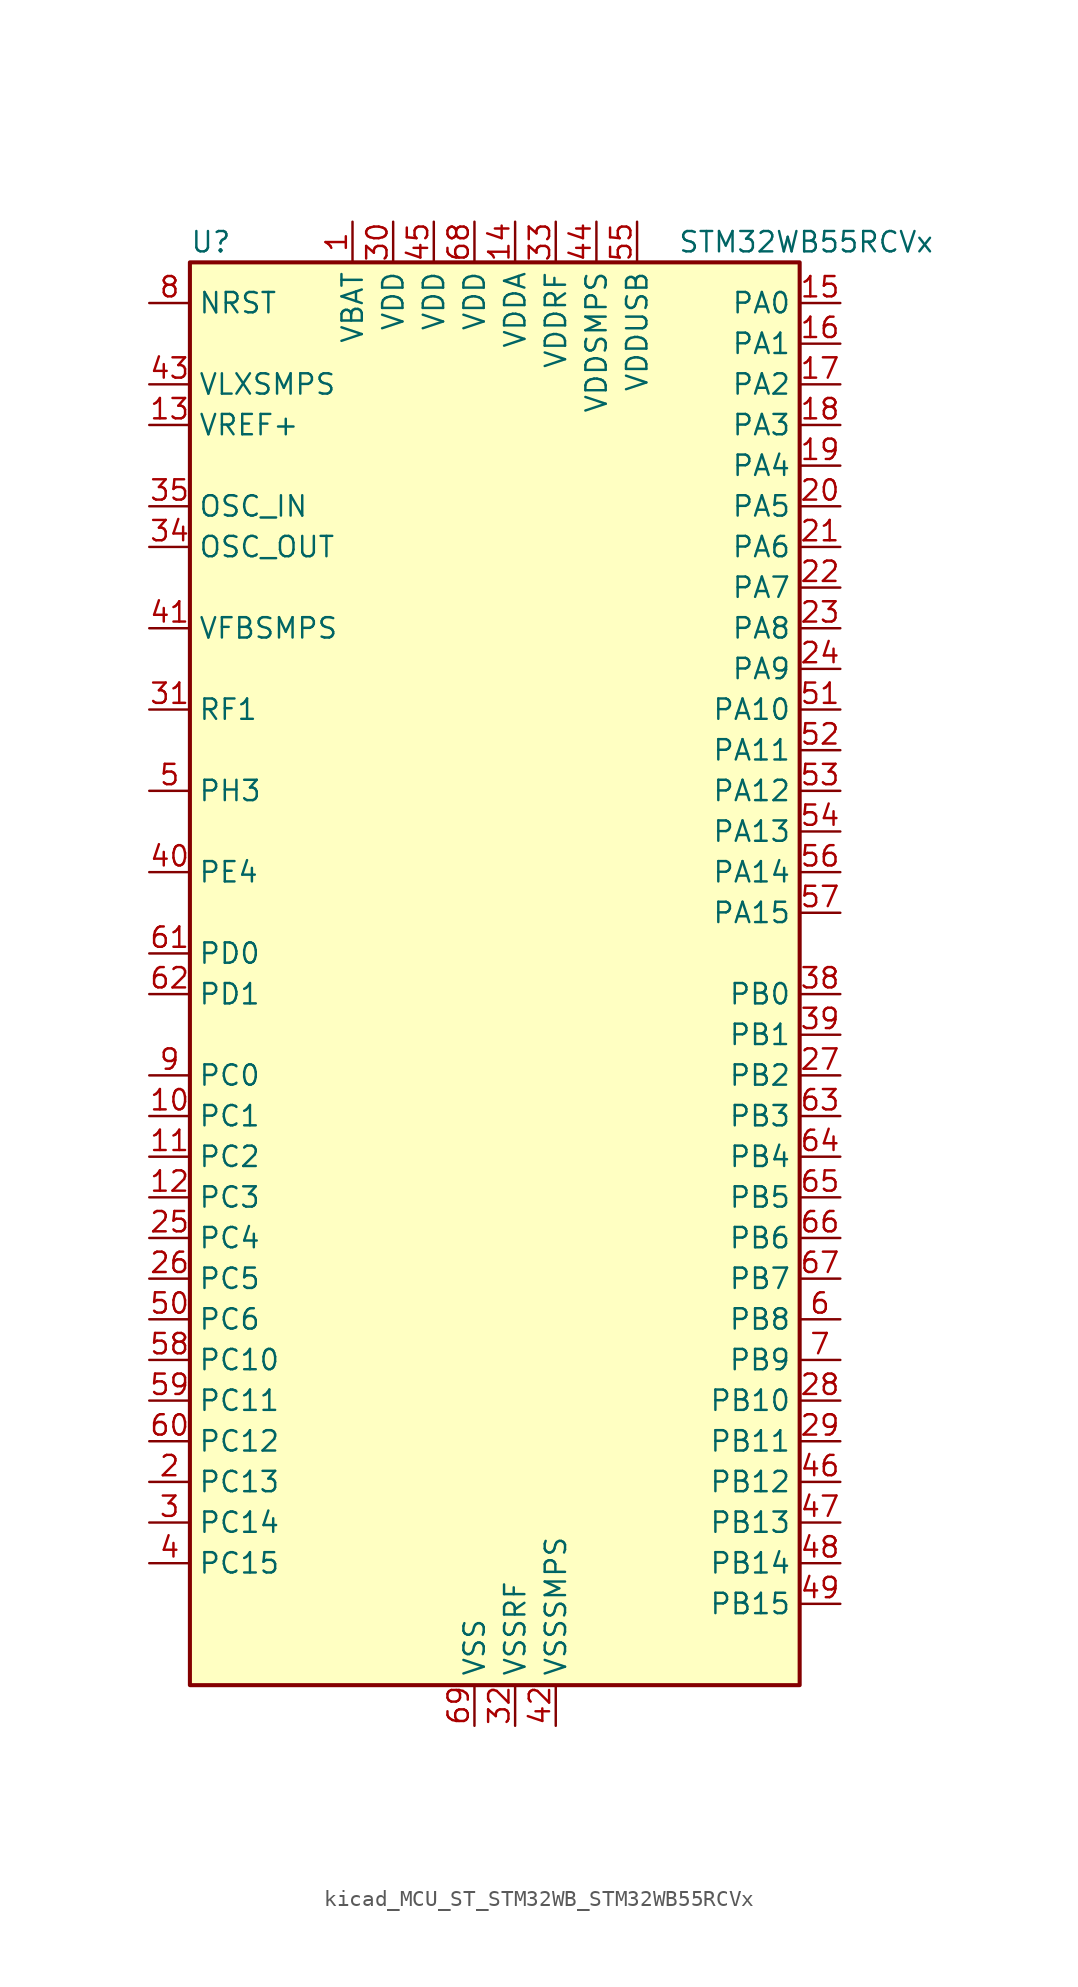
<source format=kicad_sym>
(kicad_symbol_lib
  (version 20220914)
  (generator kicad_symbol_editor)
  (symbol "kicad_MCU_ST_STM32WB_STM32WB55RCVx"
    (property "Reference" "U"
      (at -17.78 46.99 0)
      (effects (font (size 1.27 1.27)) (justify left)))
    (property "Value" "STM32WB55RCVx"
      (at 12.7 46.99 0)
      (effects (font (size 1.27 1.27)) (justify left)))
    (property "ki_locked" ""
      (at 0 0 0)
      (effects (font (size 1.27 1.27))))
    (symbol "kicad_MCU_ST_STM32WB_STM32WB55RCVx_0_1"
      (rectangle (start -17.78 -43.18) (end 20.32 45.72) (stroke (width 0.254) (type default)) (fill (type background))))
    (symbol "kicad_MCU_ST_STM32WB_STM32WB55RCVx_1_1"
      (pin power_in line (at -7.62 48.26 270) (length 2.54) (name "VBAT" (effects (font (size 1.27 1.27)))) (number "1" (effects (font (size 1.27 1.27)))))
      (pin bidirectional line (at -20.32 -7.62 0) (length 2.54) (name "PC1" (effects (font (size 1.27 1.27)))) (number "10" (effects (font (size 1.27 1.27)))) (alternate "ADC1_IN2" bidirectional line) (alternate "I2C3_SDA" bidirectional line) (alternate "LCD_SEG19" bidirectional line) (alternate "LPTIM1_OUT" bidirectional line) (alternate "LPUART1_TX" bidirectional line) (alternate "SPI2_MOSI" bidirectional line))
      (pin bidirectional line (at -20.32 -10.16 0) (length 2.54) (name "PC2" (effects (font (size 1.27 1.27)))) (number "11" (effects (font (size 1.27 1.27)))) (alternate "ADC1_IN3" bidirectional line) (alternate "LCD_SEG20" bidirectional line) (alternate "LPTIM1_IN2" bidirectional line) (alternate "SPI2_MISO" bidirectional line))
      (pin bidirectional line (at -20.32 -12.7 0) (length 2.54) (name "PC3" (effects (font (size 1.27 1.27)))) (number "12" (effects (font (size 1.27 1.27)))) (alternate "ADC1_IN4" bidirectional line) (alternate "LCD_VLCD" bidirectional line) (alternate "LPTIM1_ETR" bidirectional line) (alternate "LPTIM2_ETR" bidirectional line) (alternate "SAI1_D1" bidirectional line) (alternate "SAI1_SD_A" bidirectional line) (alternate "SPI2_MOSI" bidirectional line))
      (pin input line (at -20.32 35.56 0) (length 2.54) (name "VREF+" (effects (font (size 1.27 1.27)))) (number "13" (effects (font (size 1.27 1.27)))) (alternate "VREFBUF_OUT" bidirectional line))
      (pin power_in line (at 2.54 48.26 270) (length 2.54) (name "VDDA" (effects (font (size 1.27 1.27)))) (number "14" (effects (font (size 1.27 1.27)))))
      (pin bidirectional line (at 22.86 43.18 180) (length 2.54) (name "PA0" (effects (font (size 1.27 1.27)))) (number "15" (effects (font (size 1.27 1.27)))) (alternate "ADC1_IN5" bidirectional line) (alternate "COMP1_INM" bidirectional line) (alternate "COMP1_OUT" bidirectional line) (alternate "RTC_TAMP2" bidirectional line) (alternate "SAI1_EXTCLK" bidirectional line) (alternate "SYS_WKUP1" bidirectional line) (alternate "TIM2_CH1" bidirectional line) (alternate "TIM2_ETR" bidirectional line))
      (pin bidirectional line (at 22.86 40.64 180) (length 2.54) (name "PA1" (effects (font (size 1.27 1.27)))) (number "16" (effects (font (size 1.27 1.27)))) (alternate "ADC1_IN6" bidirectional line) (alternate "COMP1_INP" bidirectional line) (alternate "I2C1_SMBA" bidirectional line) (alternate "LCD_SEG0" bidirectional line) (alternate "SPI1_SCK" bidirectional line) (alternate "TIM2_CH2" bidirectional line))
      (pin bidirectional line (at 22.86 38.1 180) (length 2.54) (name "PA2" (effects (font (size 1.27 1.27)))) (number "17" (effects (font (size 1.27 1.27)))) (alternate "ADC1_IN7" bidirectional line) (alternate "COMP2_INM" bidirectional line) (alternate "COMP2_OUT" bidirectional line) (alternate "LCD_SEG1" bidirectional line) (alternate "LPUART1_TX" bidirectional line) (alternate "QUADSPI_BK1_NCS" bidirectional line) (alternate "RCC_LSCO" bidirectional line) (alternate "SYS_WKUP4" bidirectional line) (alternate "TIM2_CH3" bidirectional line))
      (pin bidirectional line (at 22.86 35.56 180) (length 2.54) (name "PA3" (effects (font (size 1.27 1.27)))) (number "18" (effects (font (size 1.27 1.27)))) (alternate "ADC1_IN8" bidirectional line) (alternate "COMP2_INP" bidirectional line) (alternate "LCD_SEG2" bidirectional line) (alternate "LPUART1_RX" bidirectional line) (alternate "QUADSPI_CLK" bidirectional line) (alternate "SAI1_CK1" bidirectional line) (alternate "SAI1_MCLK_A" bidirectional line) (alternate "TIM2_CH4" bidirectional line))
      (pin bidirectional line (at 22.86 33.02 180) (length 2.54) (name "PA4" (effects (font (size 1.27 1.27)))) (number "19" (effects (font (size 1.27 1.27)))) (alternate "ADC1_IN9" bidirectional line) (alternate "COMP1_INM" bidirectional line) (alternate "COMP2_INM" bidirectional line) (alternate "LCD_SEG5" bidirectional line) (alternate "LPTIM2_OUT" bidirectional line) (alternate "SAI1_FS_B" bidirectional line) (alternate "SPI1_NSS" bidirectional line))
      (pin bidirectional line (at -20.32 -30.48 0) (length 2.54) (name "PC13" (effects (font (size 1.27 1.27)))) (number "2" (effects (font (size 1.27 1.27)))) (alternate "RTC_OUT1" bidirectional line) (alternate "RTC_TAMP1" bidirectional line) (alternate "RTC_TS" bidirectional line) (alternate "SYS_WKUP2" bidirectional line))
      (pin bidirectional line (at 22.86 30.48 180) (length 2.54) (name "PA5" (effects (font (size 1.27 1.27)))) (number "20" (effects (font (size 1.27 1.27)))) (alternate "ADC1_IN10" bidirectional line) (alternate "COMP1_INM" bidirectional line) (alternate "COMP2_INM" bidirectional line) (alternate "LPTIM2_ETR" bidirectional line) (alternate "SAI1_SD_B" bidirectional line) (alternate "SPI1_SCK" bidirectional line) (alternate "TIM2_CH1" bidirectional line) (alternate "TIM2_ETR" bidirectional line))
      (pin bidirectional line (at 22.86 27.94 180) (length 2.54) (name "PA6" (effects (font (size 1.27 1.27)))) (number "21" (effects (font (size 1.27 1.27)))) (alternate "ADC1_IN11" bidirectional line) (alternate "LCD_SEG3" bidirectional line) (alternate "LPUART1_CTS" bidirectional line) (alternate "QUADSPI_BK1_IO3" bidirectional line) (alternate "SPI1_MISO" bidirectional line) (alternate "TIM16_CH1" bidirectional line) (alternate "TIM1_BKIN" bidirectional line))
      (pin bidirectional line (at 22.86 25.4 180) (length 2.54) (name "PA7" (effects (font (size 1.27 1.27)))) (number "22" (effects (font (size 1.27 1.27)))) (alternate "ADC1_IN12" bidirectional line) (alternate "COMP2_OUT" bidirectional line) (alternate "I2C3_SCL" bidirectional line) (alternate "LCD_SEG4" bidirectional line) (alternate "QUADSPI_BK1_IO2" bidirectional line) (alternate "SPI1_MOSI" bidirectional line) (alternate "TIM17_CH1" bidirectional line) (alternate "TIM1_CH1N" bidirectional line))
      (pin bidirectional line (at 22.86 22.86 180) (length 2.54) (name "PA8" (effects (font (size 1.27 1.27)))) (number "23" (effects (font (size 1.27 1.27)))) (alternate "ADC1_IN15" bidirectional line) (alternate "LCD_COM0" bidirectional line) (alternate "LPTIM2_OUT" bidirectional line) (alternate "RCC_MCO" bidirectional line) (alternate "SAI1_CK2" bidirectional line) (alternate "SAI1_SCK_A" bidirectional line) (alternate "TIM1_CH1" bidirectional line) (alternate "USART1_CK" bidirectional line))
      (pin bidirectional line (at 22.86 20.32 180) (length 2.54) (name "PA9" (effects (font (size 1.27 1.27)))) (number "24" (effects (font (size 1.27 1.27)))) (alternate "ADC1_IN16" bidirectional line) (alternate "COMP1_INM" bidirectional line) (alternate "I2C1_SCL" bidirectional line) (alternate "LCD_COM1" bidirectional line) (alternate "SAI1_D2" bidirectional line) (alternate "SAI1_FS_A" bidirectional line) (alternate "SPI2_SCK" bidirectional line) (alternate "TIM1_CH2" bidirectional line) (alternate "USART1_TX" bidirectional line))
      (pin bidirectional line (at -20.32 -15.24 0) (length 2.54) (name "PC4" (effects (font (size 1.27 1.27)))) (number "25" (effects (font (size 1.27 1.27)))) (alternate "ADC1_IN13" bidirectional line) (alternate "COMP1_INM" bidirectional line) (alternate "LCD_SEG22" bidirectional line))
      (pin bidirectional line (at -20.32 -17.78 0) (length 2.54) (name "PC5" (effects (font (size 1.27 1.27)))) (number "26" (effects (font (size 1.27 1.27)))) (alternate "ADC1_IN14" bidirectional line) (alternate "COMP1_INP" bidirectional line) (alternate "LCD_SEG23" bidirectional line) (alternate "SAI1_D3" bidirectional line) (alternate "SYS_WKUP5" bidirectional line))
      (pin bidirectional line (at 22.86 -5.08 180) (length 2.54) (name "PB2" (effects (font (size 1.27 1.27)))) (number "27" (effects (font (size 1.27 1.27)))) (alternate "COMP1_INP" bidirectional line) (alternate "I2C3_SMBA" bidirectional line) (alternate "LCD_VLCD" bidirectional line) (alternate "LPTIM1_OUT" bidirectional line) (alternate "RTC_OUT2" bidirectional line) (alternate "SAI1_EXTCLK" bidirectional line) (alternate "SPI1_NSS" bidirectional line))
      (pin bidirectional line (at 22.86 -25.4 180) (length 2.54) (name "PB10" (effects (font (size 1.27 1.27)))) (number "28" (effects (font (size 1.27 1.27)))) (alternate "COMP1_OUT" bidirectional line) (alternate "I2C3_SCL" bidirectional line) (alternate "LCD_SEG10" bidirectional line) (alternate "LPUART1_RX" bidirectional line) (alternate "QUADSPI_CLK" bidirectional line) (alternate "SAI1_SCK_A" bidirectional line) (alternate "SPI2_SCK" bidirectional line) (alternate "TIM2_CH3" bidirectional line) (alternate "TSC_SYNC" bidirectional line))
      (pin bidirectional line (at 22.86 -27.94 180) (length 2.54) (name "PB11" (effects (font (size 1.27 1.27)))) (number "29" (effects (font (size 1.27 1.27)))) (alternate "ADC1_EXTI11" bidirectional line) (alternate "COMP2_OUT" bidirectional line) (alternate "I2C3_SDA" bidirectional line) (alternate "LCD_SEG11" bidirectional line) (alternate "LPUART1_TX" bidirectional line) (alternate "QUADSPI_BK1_NCS" bidirectional line) (alternate "TIM2_CH4" bidirectional line))
      (pin bidirectional line (at -20.32 -33.02 0) (length 2.54) (name "PC14" (effects (font (size 1.27 1.27)))) (number "3" (effects (font (size 1.27 1.27)))) (alternate "RCC_OSC32_IN" bidirectional line))
      (pin power_in line (at -5.08 48.26 270) (length 2.54) (name "VDD" (effects (font (size 1.27 1.27)))) (number "30" (effects (font (size 1.27 1.27)))))
      (pin bidirectional line (at -20.32 17.78 0) (length 2.54) (name "RF1" (effects (font (size 1.27 1.27)))) (number "31" (effects (font (size 1.27 1.27)))) (alternate "RF_RF1" bidirectional line))
      (pin power_in line (at 2.54 -45.72 90) (length 2.54) (name "VSSRF" (effects (font (size 1.27 1.27)))) (number "32" (effects (font (size 1.27 1.27)))))
      (pin power_in line (at 5.08 48.26 270) (length 2.54) (name "VDDRF" (effects (font (size 1.27 1.27)))) (number "33" (effects (font (size 1.27 1.27)))))
      (pin input line (at -20.32 27.94 0) (length 2.54) (name "OSC_OUT" (effects (font (size 1.27 1.27)))) (number "34" (effects (font (size 1.27 1.27)))) (alternate "RCC_OSC_OUT" bidirectional line))
      (pin input line (at -20.32 30.48 0) (length 2.54) (name "OSC_IN" (effects (font (size 1.27 1.27)))) (number "35" (effects (font (size 1.27 1.27)))) (alternate "RCC_OSC_IN" bidirectional line))
      (pin no_connect line (at -17.78 -43.18 0) (length 2.54) hide (name "AT0" (effects (font (size 1.27 1.27)))) (number "36" (effects (font (size 1.27 1.27)))))
      (pin no_connect line (at -17.78 -40.64 0) (length 2.54) hide (name "AT1" (effects (font (size 1.27 1.27)))) (number "37" (effects (font (size 1.27 1.27)))))
      (pin bidirectional line (at 22.86 0 180) (length 2.54) (name "PB0" (effects (font (size 1.27 1.27)))) (number "38" (effects (font (size 1.27 1.27)))) (alternate "COMP1_OUT" bidirectional line) (alternate "RF_TX_MOD_EXT_PA" bidirectional line))
      (pin bidirectional line (at 22.86 -2.54 180) (length 2.54) (name "PB1" (effects (font (size 1.27 1.27)))) (number "39" (effects (font (size 1.27 1.27)))) (alternate "LPTIM2_IN1" bidirectional line) (alternate "LPUART1_DE" bidirectional line) (alternate "LPUART1_RTS" bidirectional line))
      (pin bidirectional line (at -20.32 -35.56 0) (length 2.54) (name "PC15" (effects (font (size 1.27 1.27)))) (number "4" (effects (font (size 1.27 1.27)))) (alternate "ADC1_EXTI15" bidirectional line) (alternate "RCC_OSC32_OUT" bidirectional line))
      (pin bidirectional line (at -20.32 7.62 0) (length 2.54) (name "PE4" (effects (font (size 1.27 1.27)))) (number "40" (effects (font (size 1.27 1.27)))))
      (pin input line (at -20.32 22.86 0) (length 2.54) (name "VFBSMPS" (effects (font (size 1.27 1.27)))) (number "41" (effects (font (size 1.27 1.27)))))
      (pin power_in line (at 5.08 -45.72 90) (length 2.54) (name "VSSSMPS" (effects (font (size 1.27 1.27)))) (number "42" (effects (font (size 1.27 1.27)))))
      (pin power_in line (at -20.32 38.1 0) (length 2.54) (name "VLXSMPS" (effects (font (size 1.27 1.27)))) (number "43" (effects (font (size 1.27 1.27)))))
      (pin power_in line (at 7.62 48.26 270) (length 2.54) (name "VDDSMPS" (effects (font (size 1.27 1.27)))) (number "44" (effects (font (size 1.27 1.27)))))
      (pin power_in line (at -2.54 48.26 270) (length 2.54) (name "VDD" (effects (font (size 1.27 1.27)))) (number "45" (effects (font (size 1.27 1.27)))))
      (pin bidirectional line (at 22.86 -30.48 180) (length 2.54) (name "PB12" (effects (font (size 1.27 1.27)))) (number "46" (effects (font (size 1.27 1.27)))) (alternate "I2C3_SMBA" bidirectional line) (alternate "LCD_SEG12" bidirectional line) (alternate "LPUART1_DE" bidirectional line) (alternate "LPUART1_RTS" bidirectional line) (alternate "SAI1_FS_A" bidirectional line) (alternate "SPI2_NSS" bidirectional line) (alternate "TIM1_BKIN" bidirectional line) (alternate "TSC_G1_IO1" bidirectional line))
      (pin bidirectional line (at 22.86 -33.02 180) (length 2.54) (name "PB13" (effects (font (size 1.27 1.27)))) (number "47" (effects (font (size 1.27 1.27)))) (alternate "I2C3_SCL" bidirectional line) (alternate "LCD_SEG13" bidirectional line) (alternate "LPUART1_CTS" bidirectional line) (alternate "SAI1_SCK_A" bidirectional line) (alternate "SPI2_SCK" bidirectional line) (alternate "TIM1_CH1N" bidirectional line) (alternate "TSC_G1_IO2" bidirectional line))
      (pin bidirectional line (at 22.86 -35.56 180) (length 2.54) (name "PB14" (effects (font (size 1.27 1.27)))) (number "48" (effects (font (size 1.27 1.27)))) (alternate "I2C3_SDA" bidirectional line) (alternate "LCD_SEG14" bidirectional line) (alternate "SAI1_MCLK_A" bidirectional line) (alternate "SPI2_MISO" bidirectional line) (alternate "TIM1_CH2N" bidirectional line) (alternate "TSC_G1_IO3" bidirectional line))
      (pin bidirectional line (at 22.86 -38.1 180) (length 2.54) (name "PB15" (effects (font (size 1.27 1.27)))) (number "49" (effects (font (size 1.27 1.27)))) (alternate "ADC1_EXTI15" bidirectional line) (alternate "LCD_SEG15" bidirectional line) (alternate "RTC_REFIN" bidirectional line) (alternate "SAI1_SD_A" bidirectional line) (alternate "SPI2_MOSI" bidirectional line) (alternate "TIM1_CH3N" bidirectional line) (alternate "TSC_G1_IO4" bidirectional line))
      (pin bidirectional line (at -20.32 12.7 0) (length 2.54) (name "PH3" (effects (font (size 1.27 1.27)))) (number "5" (effects (font (size 1.27 1.27)))) (alternate "RCC_LSCO" bidirectional line))
      (pin bidirectional line (at -20.32 -20.32 0) (length 2.54) (name "PC6" (effects (font (size 1.27 1.27)))) (number "50" (effects (font (size 1.27 1.27)))) (alternate "LCD_SEG24" bidirectional line))
      (pin bidirectional line (at 22.86 17.78 180) (length 2.54) (name "PA10" (effects (font (size 1.27 1.27)))) (number "51" (effects (font (size 1.27 1.27)))) (alternate "CRS_SYNC" bidirectional line) (alternate "I2C1_SDA" bidirectional line) (alternate "LCD_COM2" bidirectional line) (alternate "SAI1_D1" bidirectional line) (alternate "SAI1_SD_A" bidirectional line) (alternate "TIM17_BKIN" bidirectional line) (alternate "TIM1_CH3" bidirectional line) (alternate "USART1_RX" bidirectional line))
      (pin bidirectional line (at 22.86 15.24 180) (length 2.54) (name "PA11" (effects (font (size 1.27 1.27)))) (number "52" (effects (font (size 1.27 1.27)))) (alternate "ADC1_EXTI11" bidirectional line) (alternate "SPI1_MISO" bidirectional line) (alternate "TIM1_BKIN2" bidirectional line) (alternate "TIM1_CH4" bidirectional line) (alternate "USART1_CTS" bidirectional line) (alternate "USART1_NSS" bidirectional line) (alternate "USB_DM" bidirectional line))
      (pin bidirectional line (at 22.86 12.7 180) (length 2.54) (name "PA12" (effects (font (size 1.27 1.27)))) (number "53" (effects (font (size 1.27 1.27)))) (alternate "LPUART1_RX" bidirectional line) (alternate "SPI1_MOSI" bidirectional line) (alternate "TIM1_ETR" bidirectional line) (alternate "USART1_DE" bidirectional line) (alternate "USART1_RTS" bidirectional line) (alternate "USB_DP" bidirectional line))
      (pin bidirectional line (at 22.86 10.16 180) (length 2.54) (name "PA13" (effects (font (size 1.27 1.27)))) (number "54" (effects (font (size 1.27 1.27)))) (alternate "IR_OUT" bidirectional line) (alternate "SAI1_SD_B" bidirectional line) (alternate "SYS_JTMS-SWDIO" bidirectional line) (alternate "USB_NOE" bidirectional line))
      (pin power_in line (at 10.16 48.26 270) (length 2.54) (name "VDDUSB" (effects (font (size 1.27 1.27)))) (number "55" (effects (font (size 1.27 1.27)))))
      (pin bidirectional line (at 22.86 7.62 180) (length 2.54) (name "PA14" (effects (font (size 1.27 1.27)))) (number "56" (effects (font (size 1.27 1.27)))) (alternate "I2C1_SMBA" bidirectional line) (alternate "LCD_SEG5" bidirectional line) (alternate "LPTIM1_OUT" bidirectional line) (alternate "SAI1_FS_B" bidirectional line) (alternate "SYS_JTCK-SWCLK" bidirectional line))
      (pin bidirectional line (at 22.86 5.08 180) (length 2.54) (name "PA15" (effects (font (size 1.27 1.27)))) (number "57" (effects (font (size 1.27 1.27)))) (alternate "ADC1_EXTI15" bidirectional line) (alternate "LCD_SEG17" bidirectional line) (alternate "RCC_MCO" bidirectional line) (alternate "SPI1_NSS" bidirectional line) (alternate "SYS_JTDI" bidirectional line) (alternate "TIM2_CH1" bidirectional line) (alternate "TIM2_ETR" bidirectional line) (alternate "TSC_G3_IO1" bidirectional line))
      (pin bidirectional line (at -20.32 -22.86 0) (length 2.54) (name "PC10" (effects (font (size 1.27 1.27)))) (number "58" (effects (font (size 1.27 1.27)))) (alternate "LCD_COM4" bidirectional line) (alternate "LCD_SEG28" bidirectional line) (alternate "LCD_SEG40" bidirectional line) (alternate "SYS_TRACED1" bidirectional line) (alternate "TSC_G3_IO2" bidirectional line))
      (pin bidirectional line (at -20.32 -25.4 0) (length 2.54) (name "PC11" (effects (font (size 1.27 1.27)))) (number "59" (effects (font (size 1.27 1.27)))) (alternate "ADC1_EXTI11" bidirectional line) (alternate "LCD_COM5" bidirectional line) (alternate "LCD_SEG29" bidirectional line) (alternate "LCD_SEG41" bidirectional line) (alternate "TSC_G3_IO3" bidirectional line))
      (pin bidirectional line (at 22.86 -20.32 180) (length 2.54) (name "PB8" (effects (font (size 1.27 1.27)))) (number "6" (effects (font (size 1.27 1.27)))) (alternate "I2C1_SCL" bidirectional line) (alternate "LCD_SEG16" bidirectional line) (alternate "QUADSPI_BK1_IO1" bidirectional line) (alternate "SAI1_CK1" bidirectional line) (alternate "SAI1_MCLK_A" bidirectional line) (alternate "TIM16_CH1" bidirectional line) (alternate "TIM1_CH2N" bidirectional line))
      (pin bidirectional line (at -20.32 -27.94 0) (length 2.54) (name "PC12" (effects (font (size 1.27 1.27)))) (number "60" (effects (font (size 1.27 1.27)))) (alternate "LCD_COM6" bidirectional line) (alternate "LCD_SEG30" bidirectional line) (alternate "LCD_SEG42" bidirectional line) (alternate "RCC_LSCO" bidirectional line) (alternate "RTC_TAMP3" bidirectional line) (alternate "SYS_TRACED3" bidirectional line) (alternate "SYS_WKUP3" bidirectional line) (alternate "TSC_G3_IO4" bidirectional line))
      (pin bidirectional line (at -20.32 2.54 0) (length 2.54) (name "PD0" (effects (font (size 1.27 1.27)))) (number "61" (effects (font (size 1.27 1.27)))) (alternate "SPI2_NSS" bidirectional line))
      (pin bidirectional line (at -20.32 0 0) (length 2.54) (name "PD1" (effects (font (size 1.27 1.27)))) (number "62" (effects (font (size 1.27 1.27)))) (alternate "SPI2_SCK" bidirectional line))
      (pin bidirectional line (at 22.86 -7.62 180) (length 2.54) (name "PB3" (effects (font (size 1.27 1.27)))) (number "63" (effects (font (size 1.27 1.27)))) (alternate "COMP2_INM" bidirectional line) (alternate "LCD_SEG7" bidirectional line) (alternate "SAI1_SCK_B" bidirectional line) (alternate "SPI1_SCK" bidirectional line) (alternate "SYS_JTDO-SWO" bidirectional line) (alternate "TIM2_CH2" bidirectional line) (alternate "USART1_DE" bidirectional line) (alternate "USART1_RTS" bidirectional line))
      (pin bidirectional line (at 22.86 -10.16 180) (length 2.54) (name "PB4" (effects (font (size 1.27 1.27)))) (number "64" (effects (font (size 1.27 1.27)))) (alternate "COMP2_INP" bidirectional line) (alternate "I2C3_SDA" bidirectional line) (alternate "LCD_SEG8" bidirectional line) (alternate "SAI1_MCLK_B" bidirectional line) (alternate "SPI1_MISO" bidirectional line) (alternate "SYS_JTRST" bidirectional line) (alternate "TIM17_BKIN" bidirectional line) (alternate "TSC_G2_IO1" bidirectional line) (alternate "USART1_CTS" bidirectional line) (alternate "USART1_NSS" bidirectional line))
      (pin bidirectional line (at 22.86 -12.7 180) (length 2.54) (name "PB5" (effects (font (size 1.27 1.27)))) (number "65" (effects (font (size 1.27 1.27)))) (alternate "COMP2_OUT" bidirectional line) (alternate "I2C1_SMBA" bidirectional line) (alternate "LCD_SEG9" bidirectional line) (alternate "LPTIM1_IN1" bidirectional line) (alternate "LPUART1_TX" bidirectional line) (alternate "SAI1_SD_B" bidirectional line) (alternate "SPI1_MOSI" bidirectional line) (alternate "TIM16_BKIN" bidirectional line) (alternate "TSC_G2_IO2" bidirectional line) (alternate "USART1_CK" bidirectional line))
      (pin bidirectional line (at 22.86 -15.24 180) (length 2.54) (name "PB6" (effects (font (size 1.27 1.27)))) (number "66" (effects (font (size 1.27 1.27)))) (alternate "COMP2_INP" bidirectional line) (alternate "I2C1_SCL" bidirectional line) (alternate "LCD_SEG6" bidirectional line) (alternate "LPTIM1_ETR" bidirectional line) (alternate "RCC_MCO" bidirectional line) (alternate "SAI1_FS_B" bidirectional line) (alternate "TIM16_CH1N" bidirectional line) (alternate "TSC_G2_IO3" bidirectional line) (alternate "USART1_TX" bidirectional line))
      (pin bidirectional line (at 22.86 -17.78 180) (length 2.54) (name "PB7" (effects (font (size 1.27 1.27)))) (number "67" (effects (font (size 1.27 1.27)))) (alternate "COMP2_INM" bidirectional line) (alternate "I2C1_SDA" bidirectional line) (alternate "LCD_SEG21" bidirectional line) (alternate "LPTIM1_IN2" bidirectional line) (alternate "SYS_PVD_IN" bidirectional line) (alternate "TIM17_CH1N" bidirectional line) (alternate "TIM1_BKIN" bidirectional line) (alternate "TSC_G2_IO4" bidirectional line) (alternate "USART1_RX" bidirectional line))
      (pin power_in line (at 0 48.26 270) (length 2.54) (name "VDD" (effects (font (size 1.27 1.27)))) (number "68" (effects (font (size 1.27 1.27)))))
      (pin power_in line (at 0 -45.72 90) (length 2.54) (name "VSS" (effects (font (size 1.27 1.27)))) (number "69" (effects (font (size 1.27 1.27)))))
      (pin bidirectional line (at 22.86 -22.86 180) (length 2.54) (name "PB9" (effects (font (size 1.27 1.27)))) (number "7" (effects (font (size 1.27 1.27)))) (alternate "I2C1_SDA" bidirectional line) (alternate "IR_OUT" bidirectional line) (alternate "LCD_COM3" bidirectional line) (alternate "QUADSPI_BK1_IO0" bidirectional line) (alternate "SAI1_D2" bidirectional line) (alternate "SAI1_FS_A" bidirectional line) (alternate "SPI2_NSS" bidirectional line) (alternate "TIM17_CH1" bidirectional line) (alternate "TIM1_CH3N" bidirectional line))
      (pin input line (at -20.32 43.18 0) (length 2.54) (name "NRST" (effects (font (size 1.27 1.27)))) (number "8" (effects (font (size 1.27 1.27)))))
      (pin bidirectional line (at -20.32 -5.08 0) (length 2.54) (name "PC0" (effects (font (size 1.27 1.27)))) (number "9" (effects (font (size 1.27 1.27)))) (alternate "ADC1_IN1" bidirectional line) (alternate "I2C3_SCL" bidirectional line) (alternate "LCD_SEG18" bidirectional line) (alternate "LPTIM1_IN1" bidirectional line) (alternate "LPTIM2_IN1" bidirectional line) (alternate "LPUART1_RX" bidirectional line)))))
</source>
